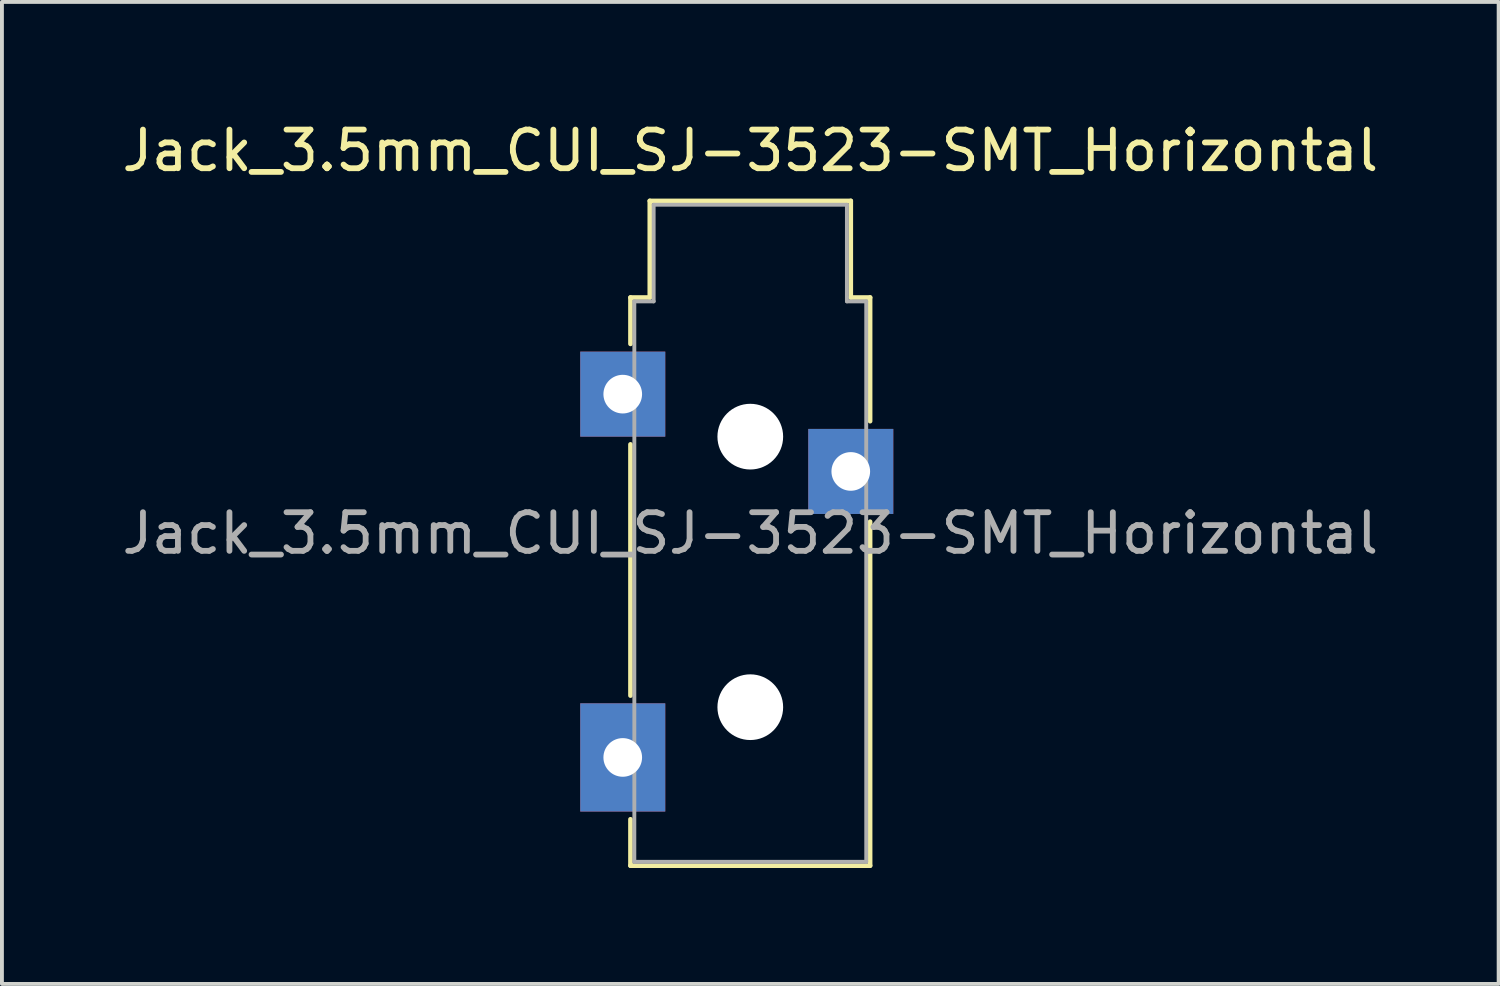
<source format=kicad_pcb>
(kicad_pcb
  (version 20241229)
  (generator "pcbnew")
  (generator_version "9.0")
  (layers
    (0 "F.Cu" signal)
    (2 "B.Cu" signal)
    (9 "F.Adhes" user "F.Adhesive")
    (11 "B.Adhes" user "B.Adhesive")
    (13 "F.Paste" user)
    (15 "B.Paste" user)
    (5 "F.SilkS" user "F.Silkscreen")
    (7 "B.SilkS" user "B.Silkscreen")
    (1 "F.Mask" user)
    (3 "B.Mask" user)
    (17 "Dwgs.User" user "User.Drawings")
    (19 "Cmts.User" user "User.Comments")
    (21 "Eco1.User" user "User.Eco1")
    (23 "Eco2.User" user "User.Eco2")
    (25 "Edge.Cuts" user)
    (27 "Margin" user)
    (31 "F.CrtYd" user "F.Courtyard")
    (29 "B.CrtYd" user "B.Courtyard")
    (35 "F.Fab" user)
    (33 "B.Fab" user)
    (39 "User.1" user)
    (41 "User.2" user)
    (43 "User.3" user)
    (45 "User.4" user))
  (footprint "Jack_3.5mm_CUI_SJ-3523-SMT_Horizontal"
    (layer "F.Cu")
    (at 16.363 10.748)
    (property "Reference" "Jack_3.5mm_CUI_SJ-3523-SMT_Horizontal" (at 0 -9.9 0) (layer "F.SilkS") (effects (font (size 1 1) (thickness 0.15))))
    (attr smd)
    (fp_line (start -3.1 -6.1) (end -2.6 -6.1) (stroke (width 0.12) (type solid)) (layer "F.SilkS"))
    (fp_line (start -3.1 -4.9) (end -3.1 -6.1) (stroke (width 0.12) (type solid)) (layer "F.SilkS"))
    (fp_line (start -3.1 4.2) (end -3.1 -2.3) (stroke (width 0.12) (type solid)) (layer "F.SilkS"))
    (fp_line (start -3.1 8.6) (end -3.1 7.4) (stroke (width 0.12) (type solid)) (layer "F.SilkS"))
    (fp_line (start -2.6 -8.6) (end 2.6 -8.6) (stroke (width 0.12) (type solid)) (layer "F.SilkS"))
    (fp_line (start -2.6 -6.1) (end -2.6 -8.6) (stroke (width 0.12) (type solid)) (layer "F.SilkS"))
    (fp_line (start 2.6 -8.6) (end 2.6 -6.1) (stroke (width 0.12) (type solid)) (layer "F.SilkS"))
    (fp_line (start 2.6 -6.1) (end 3.1 -6.1) (stroke (width 0.12) (type solid)) (layer "F.SilkS"))
    (fp_line (start 3.1 -6.1) (end 3.1 -2.9) (stroke (width 0.12) (type solid)) (layer "F.SilkS"))
    (fp_line (start 3.1 -0.3) (end 3.1 8.6) (stroke (width 0.12) (type solid)) (layer "F.SilkS"))
    (fp_line (start 3.1 8.6) (end -3.1 8.6) (stroke (width 0.12) (type solid)) (layer "F.SilkS"))
    (fp_line (start -3 -6) (end -2.5 -6) (stroke (width 0.1) (type solid)) (layer "F.Fab"))
    (fp_line (start -3 8.5) (end -3 -6) (stroke (width 0.1) (type solid)) (layer "F.Fab"))
    (fp_line (start -2.5 -8.5) (end 2.5 -8.5) (stroke (width 0.1) (type solid)) (layer "F.Fab"))
    (fp_line (start -2.5 -6) (end -2.5 -8.5) (stroke (width 0.1) (type solid)) (layer "F.Fab"))
    (fp_line (start 2.5 -8.5) (end 2.5 -6) (stroke (width 0.1) (type solid)) (layer "F.Fab"))
    (fp_line (start 2.5 -6) (end 3 -6) (stroke (width 0.1) (type solid)) (layer "F.Fab"))
    (fp_line (start 3 -6) (end 3 8.5) (stroke (width 0.1) (type solid)) (layer "F.Fab"))
    (fp_line (start 3 8.5) (end -3 8.5) (stroke (width 0.1) (type solid)) (layer "F.Fab"))
    (fp_text user "${REFERENCE}" (at 0 0 0) (layer "F.Fab") (effects (font (size 1 1) (thickness 0.15))))
    (pad "" np_thru_hole circle (at 0 -2.5) (size 1.7 1.7) (drill 1.7) (layers "*.Cu" "*.Mask"))
    (pad "" np_thru_hole circle (at 0 4.5) (size 1.7 1.7) (drill 1.7) (layers "*.Cu" "*.Mask"))
    (pad "R" thru_hole rect (at 2.6 -1.6) (size 2.2 2.2) (drill 1) (layers "*.Cu" "*.Mask" "F.Paste"))
    (pad "S" thru_hole rect (at -3.3 -3.6) (size 2.2 2.2) (drill 1) (layers "*.Cu" "*.Mask" "F.Paste"))
    (pad "T" thru_hole rect (at -3.3 5.8) (size 2.2 2.8) (drill 1) (layers "*.Cu" "*.Mask" "F.Paste")))
  (gr_rect
    (start -3 -3)
    (end 35.726 22.408)
    (stroke (width 0.1) (type default))
    (fill no)
    (layer "Edge.Cuts")))
</source>
